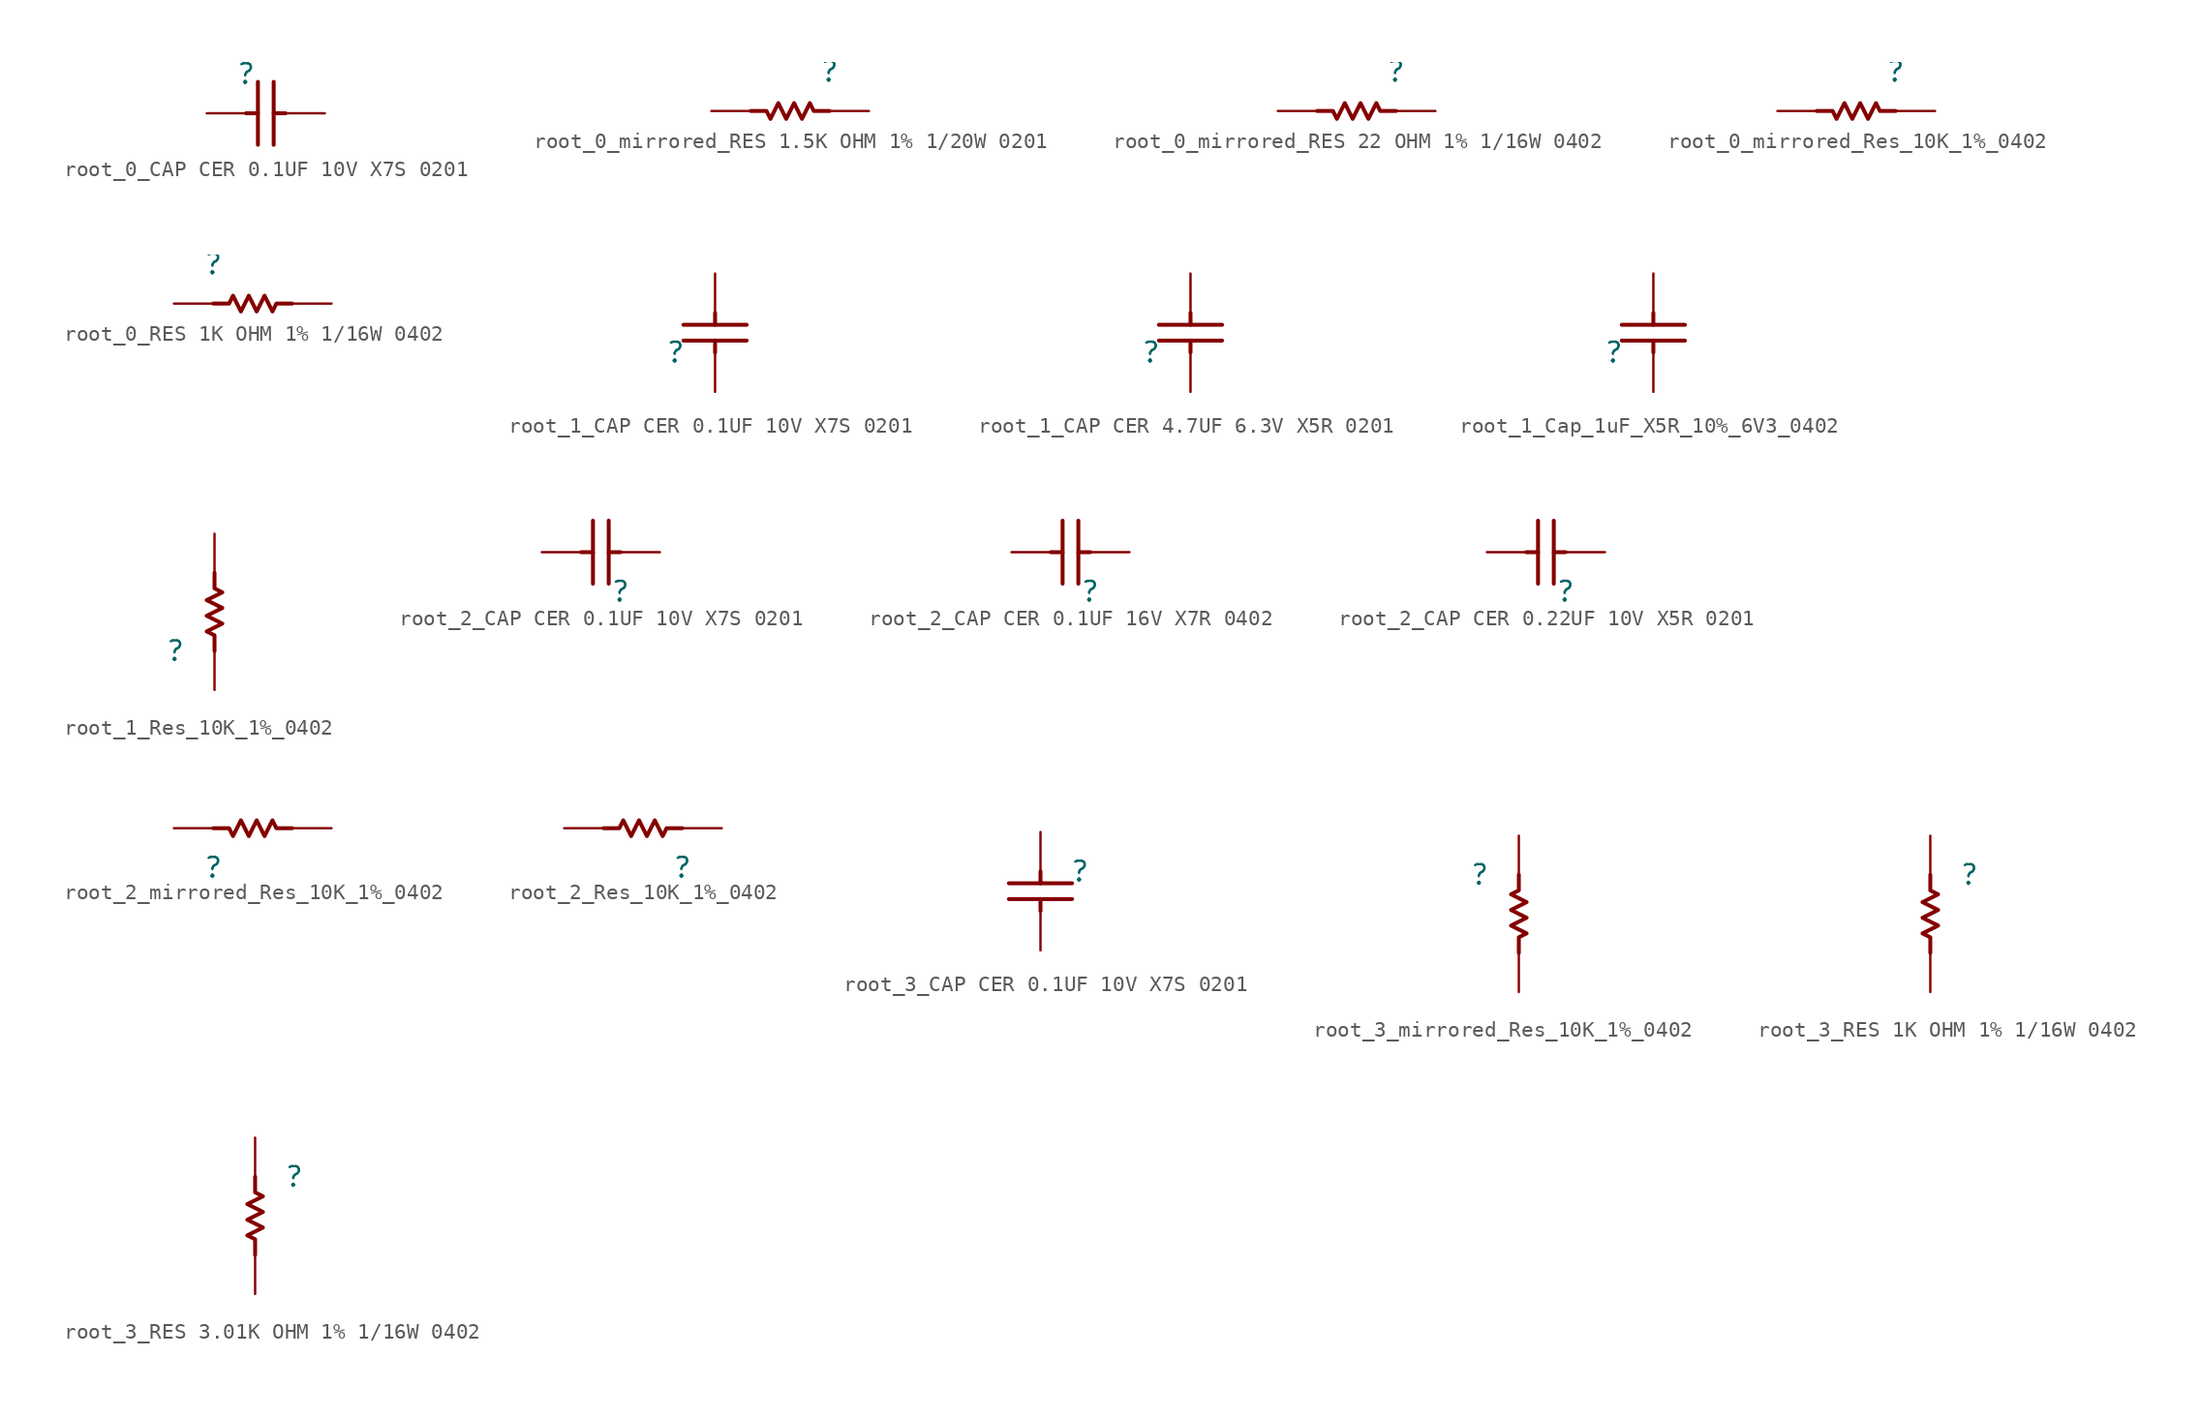
<source format=kicad_sym>
(kicad_symbol_lib
  (version 20231120)
  (generator "kicad_symbol_editor")
  (generator_version "8.0")
  (symbol "root_0_CAP CER 0.1UF 10V X7S 0201"
    (property "Reference" ""
      (at 0 0 0)
      (effects (font (size 1.27 1.27))))
    (property "Value" ""
      (at 0 0 0)
      (effects (font (size 1.27 1.27))))
    (symbol "root_0_CAP CER 0.1UF 10V X7S 0201_1_0"
      (polyline (pts (xy 0 -2.54) (xy 0.762 -2.54)) (stroke (width 0.254) (type solid)) (fill (type none)))
      (polyline (pts (xy 0.762 -4.572) (xy 0.762 -0.508)) (stroke (width 0.254) (type solid)) (fill (type none)))
      (polyline (pts (xy 1.778 -0.508) (xy 1.778 -4.572)) (stroke (width 0.254) (type solid)) (fill (type none)))
      (polyline (pts (xy 2.54 -2.54) (xy 1.778 -2.54)) (stroke (width 0.254) (type solid)) (fill (type none)))
      (pin passive line (at -2.54 -2.54 0) (length 2.54) (name "1" (effects (font (size 0 0)))) (number "1" (effects (font (size 0 0)))))
      (pin passive line (at 5.08 -2.54 180) (length 2.54) (name "2" (effects (font (size 0 0)))) (number "2" (effects (font (size 0 0)))))))
  (symbol "root_0_mirrored_RES 1.5K OHM 1% 1/20W 0201"
    (property "Reference" ""
      (at 0 0 0)
      (effects (font (size 1.27 1.27))))
    (property "Value" ""
      (at 0 0 0)
      (effects (font (size 1.27 1.27))))
    (symbol "root_0_mirrored_RES 1.5K OHM 1% 1/20W 0201_1_0"
      (polyline (pts (xy -5.08 -2.54) (xy -4.064 -2.54) (xy -3.81 -3.048) (xy -3.302 -2.032) (xy -2.794 -3.048) (xy -2.286 -2.032) (xy -1.778 -3.048) (xy -1.27 -2.032) (xy -1.016 -2.54) (xy 0 -2.54)) (stroke (width 0.254) (type solid)) (fill (type none)))
      (pin passive line (at 2.54 -2.54 180) (length 2.54) (name "1" (effects (font (size 0 0)))) (number "1" (effects (font (size 0 0)))))
      (pin passive line (at -7.62 -2.54 0) (length 2.54) (name "2" (effects (font (size 0 0)))) (number "2" (effects (font (size 0 0)))))))
  (symbol "root_0_mirrored_RES 22 OHM 1% 1/16W 0402"
    (property "Reference" ""
      (at 0 0 0)
      (effects (font (size 1.27 1.27))))
    (property "Value" ""
      (at 0 0 0)
      (effects (font (size 1.27 1.27))))
    (symbol "root_0_mirrored_RES 22 OHM 1% 1/16W 0402_1_0"
      (polyline (pts (xy -5.08 -2.54) (xy -4.064 -2.54) (xy -3.81 -3.048) (xy -3.302 -2.032) (xy -2.794 -3.048) (xy -2.286 -2.032) (xy -1.778 -3.048) (xy -1.27 -2.032) (xy -1.016 -2.54) (xy 0 -2.54)) (stroke (width 0.254) (type solid)) (fill (type none)))
      (pin passive line (at 2.54 -2.54 180) (length 2.54) (name "1" (effects (font (size 0 0)))) (number "1" (effects (font (size 0 0)))))
      (pin passive line (at -7.62 -2.54 0) (length 2.54) (name "2" (effects (font (size 0 0)))) (number "2" (effects (font (size 0 0)))))))
  (symbol "root_0_mirrored_Res_10K_1%_0402"
    (property "Reference" ""
      (at 0 0 0)
      (effects (font (size 1.27 1.27))))
    (property "Value" ""
      (at 0 0 0)
      (effects (font (size 1.27 1.27))))
    (symbol "root_0_mirrored_Res_10K_1%_0402_1_0"
      (polyline (pts (xy -5.08 -2.54) (xy -4.064 -2.54) (xy -3.81 -3.048) (xy -3.302 -2.032) (xy -2.794 -3.048) (xy -2.286 -2.032) (xy -1.778 -3.048) (xy -1.27 -2.032) (xy -1.016 -2.54) (xy 0 -2.54)) (stroke (width 0.254) (type solid)) (fill (type none)))
      (pin passive line (at 2.54 -2.54 180) (length 2.54) (name "1" (effects (font (size 0 0)))) (number "1" (effects (font (size 0 0)))))
      (pin passive line (at -7.62 -2.54 0) (length 2.54) (name "2" (effects (font (size 0 0)))) (number "2" (effects (font (size 0 0)))))))
  (symbol "root_0_RES 1K OHM 1% 1/16W 0402"
    (property "Reference" ""
      (at 0 0 0)
      (effects (font (size 1.27 1.27))))
    (property "Value" ""
      (at 0 0 0)
      (effects (font (size 1.27 1.27))))
    (symbol "root_0_RES 1K OHM 1% 1/16W 0402_1_0"
      (polyline (pts (xy 5.08 -2.54) (xy 4.064 -2.54) (xy 3.81 -3.048) (xy 3.302 -2.032) (xy 2.794 -3.048) (xy 2.286 -2.032) (xy 1.778 -3.048) (xy 1.27 -2.032) (xy 1.016 -2.54) (xy 0 -2.54)) (stroke (width 0.254) (type solid)) (fill (type none)))
      (pin passive line (at -2.54 -2.54 0) (length 2.54) (name "1" (effects (font (size 0 0)))) (number "1" (effects (font (size 0 0)))))
      (pin passive line (at 7.62 -2.54 180) (length 2.54) (name "2" (effects (font (size 0 0)))) (number "2" (effects (font (size 0 0)))))))
  (symbol "root_1_CAP CER 0.1UF 10V X7S 0201"
    (property "Reference" ""
      (at 0 0 0)
      (effects (font (size 1.27 1.27))))
    (property "Value" ""
      (at 0 0 0)
      (effects (font (size 1.27 1.27))))
    (symbol "root_1_CAP CER 0.1UF 10V X7S 0201_1_0"
      (polyline (pts (xy 0.508 1.778) (xy 4.572 1.778)) (stroke (width 0.254) (type solid)) (fill (type none)))
      (polyline (pts (xy 2.54 0) (xy 2.54 0.762)) (stroke (width 0.254) (type solid)) (fill (type none)))
      (polyline (pts (xy 2.54 2.54) (xy 2.54 1.778)) (stroke (width 0.254) (type solid)) (fill (type none)))
      (polyline (pts (xy 4.572 0.762) (xy 0.508 0.762)) (stroke (width 0.254) (type solid)) (fill (type none)))
      (pin passive line (at 2.54 -2.54 90) (length 2.54) (name "1" (effects (font (size 0 0)))) (number "1" (effects (font (size 0 0)))))
      (pin passive line (at 2.54 5.08 270) (length 2.54) (name "2" (effects (font (size 0 0)))) (number "2" (effects (font (size 0 0)))))))
  (symbol "root_1_CAP CER 4.7UF 6.3V X5R 0201"
    (property "Reference" ""
      (at 0 0 0)
      (effects (font (size 1.27 1.27))))
    (property "Value" ""
      (at 0 0 0)
      (effects (font (size 1.27 1.27))))
    (symbol "root_1_CAP CER 4.7UF 6.3V X5R 0201_1_0"
      (polyline (pts (xy 0.508 1.778) (xy 4.572 1.778)) (stroke (width 0.254) (type solid)) (fill (type none)))
      (polyline (pts (xy 2.54 0) (xy 2.54 0.762)) (stroke (width 0.254) (type solid)) (fill (type none)))
      (polyline (pts (xy 2.54 2.54) (xy 2.54 1.778)) (stroke (width 0.254) (type solid)) (fill (type none)))
      (polyline (pts (xy 4.572 0.762) (xy 0.508 0.762)) (stroke (width 0.254) (type solid)) (fill (type none)))
      (pin passive line (at 2.54 -2.54 90) (length 2.54) (name "1" (effects (font (size 0 0)))) (number "1" (effects (font (size 0 0)))))
      (pin passive line (at 2.54 5.08 270) (length 2.54) (name "2" (effects (font (size 0 0)))) (number "2" (effects (font (size 0 0)))))))
  (symbol "root_1_Cap_1uF_X5R_10%_6V3_0402"
    (property "Reference" ""
      (at 0 0 0)
      (effects (font (size 1.27 1.27))))
    (property "Value" ""
      (at 0 0 0)
      (effects (font (size 1.27 1.27))))
    (symbol "root_1_Cap_1uF_X5R_10%_6V3_0402_1_0"
      (polyline (pts (xy 0.508 1.778) (xy 4.572 1.778)) (stroke (width 0.254) (type solid)) (fill (type none)))
      (polyline (pts (xy 2.54 0) (xy 2.54 0.762)) (stroke (width 0.254) (type solid)) (fill (type none)))
      (polyline (pts (xy 2.54 2.54) (xy 2.54 1.778)) (stroke (width 0.254) (type solid)) (fill (type none)))
      (polyline (pts (xy 4.572 0.762) (xy 0.508 0.762)) (stroke (width 0.254) (type solid)) (fill (type none)))
      (pin passive line (at 2.54 -2.54 90) (length 2.54) (name "1" (effects (font (size 0 0)))) (number "1" (effects (font (size 0 0)))))
      (pin passive line (at 2.54 5.08 270) (length 2.54) (name "2" (effects (font (size 0 0)))) (number "2" (effects (font (size 0 0)))))))
  (symbol "root_1_Res_10K_1%_0402"
    (property "Reference" ""
      (at 0 0 0)
      (effects (font (size 1.27 1.27))))
    (property "Value" ""
      (at 0 0 0)
      (effects (font (size 1.27 1.27))))
    (symbol "root_1_Res_10K_1%_0402_1_0"
      (polyline (pts (xy 2.54 5.08) (xy 2.54 4.064) (xy 3.048 3.81) (xy 2.032 3.302) (xy 3.048 2.794) (xy 2.032 2.286) (xy 3.048 1.778) (xy 2.032 1.27) (xy 2.54 1.016) (xy 2.54 0)) (stroke (width 0.254) (type solid)) (fill (type none)))
      (pin passive line (at 2.54 -2.54 90) (length 2.54) (name "1" (effects (font (size 0 0)))) (number "1" (effects (font (size 0 0)))))
      (pin passive line (at 2.54 7.62 270) (length 2.54) (name "2" (effects (font (size 0 0)))) (number "2" (effects (font (size 0 0)))))))
  (symbol "root_2_CAP CER 0.1UF 10V X7S 0201"
    (property "Reference" ""
      (at 0 0 0)
      (effects (font (size 1.27 1.27))))
    (property "Value" ""
      (at 0 0 0)
      (effects (font (size 1.27 1.27))))
    (symbol "root_2_CAP CER 0.1UF 10V X7S 0201_1_0"
      (polyline (pts (xy -2.54 2.54) (xy -1.778 2.54)) (stroke (width 0.254) (type solid)) (fill (type none)))
      (polyline (pts (xy -1.778 0.508) (xy -1.778 4.572)) (stroke (width 0.254) (type solid)) (fill (type none)))
      (polyline (pts (xy -0.762 4.572) (xy -0.762 0.508)) (stroke (width 0.254) (type solid)) (fill (type none)))
      (polyline (pts (xy 0 2.54) (xy -0.762 2.54)) (stroke (width 0.254) (type solid)) (fill (type none)))
      (pin passive line (at 2.54 2.54 180) (length 2.54) (name "1" (effects (font (size 0 0)))) (number "1" (effects (font (size 0 0)))))
      (pin passive line (at -5.08 2.54 0) (length 2.54) (name "2" (effects (font (size 0 0)))) (number "2" (effects (font (size 0 0)))))))
  (symbol "root_2_CAP CER 0.1UF 16V X7R 0402"
    (property "Reference" ""
      (at 0 0 0)
      (effects (font (size 1.27 1.27))))
    (property "Value" ""
      (at 0 0 0)
      (effects (font (size 1.27 1.27))))
    (symbol "root_2_CAP CER 0.1UF 16V X7R 0402_1_0"
      (polyline (pts (xy -2.54 2.54) (xy -1.778 2.54)) (stroke (width 0.254) (type solid)) (fill (type none)))
      (polyline (pts (xy -1.778 0.508) (xy -1.778 4.572)) (stroke (width 0.254) (type solid)) (fill (type none)))
      (polyline (pts (xy -0.762 4.572) (xy -0.762 0.508)) (stroke (width 0.254) (type solid)) (fill (type none)))
      (polyline (pts (xy 0 2.54) (xy -0.762 2.54)) (stroke (width 0.254) (type solid)) (fill (type none)))
      (pin passive line (at 2.54 2.54 180) (length 2.54) (name "1" (effects (font (size 0 0)))) (number "1" (effects (font (size 0 0)))))
      (pin passive line (at -5.08 2.54 0) (length 2.54) (name "2" (effects (font (size 0 0)))) (number "2" (effects (font (size 0 0)))))))
  (symbol "root_2_CAP CER 0.22UF 10V X5R 0201"
    (property "Reference" ""
      (at 0 0 0)
      (effects (font (size 1.27 1.27))))
    (property "Value" ""
      (at 0 0 0)
      (effects (font (size 1.27 1.27))))
    (symbol "root_2_CAP CER 0.22UF 10V X5R 0201_1_0"
      (polyline (pts (xy -2.54 2.54) (xy -1.778 2.54)) (stroke (width 0.254) (type solid)) (fill (type none)))
      (polyline (pts (xy -1.778 0.508) (xy -1.778 4.572)) (stroke (width 0.254) (type solid)) (fill (type none)))
      (polyline (pts (xy -0.762 4.572) (xy -0.762 0.508)) (stroke (width 0.254) (type solid)) (fill (type none)))
      (polyline (pts (xy 0 2.54) (xy -0.762 2.54)) (stroke (width 0.254) (type solid)) (fill (type none)))
      (pin passive line (at 2.54 2.54 180) (length 2.54) (name "1" (effects (font (size 0 0)))) (number "1" (effects (font (size 0 0)))))
      (pin passive line (at -5.08 2.54 0) (length 2.54) (name "2" (effects (font (size 0 0)))) (number "2" (effects (font (size 0 0)))))))
  (symbol "root_2_mirrored_Res_10K_1%_0402"
    (property "Reference" ""
      (at 0 0 0)
      (effects (font (size 1.27 1.27))))
    (property "Value" ""
      (at 0 0 0)
      (effects (font (size 1.27 1.27))))
    (symbol "root_2_mirrored_Res_10K_1%_0402_1_0"
      (polyline (pts (xy 5.08 2.54) (xy 4.064 2.54) (xy 3.81 3.048) (xy 3.302 2.032) (xy 2.794 3.048) (xy 2.286 2.032) (xy 1.778 3.048) (xy 1.27 2.032) (xy 1.016 2.54) (xy 0 2.54)) (stroke (width 0.254) (type solid)) (fill (type none)))
      (pin passive line (at -2.54 2.54 0) (length 2.54) (name "1" (effects (font (size 0 0)))) (number "1" (effects (font (size 0 0)))))
      (pin passive line (at 7.62 2.54 180) (length 2.54) (name "2" (effects (font (size 0 0)))) (number "2" (effects (font (size 0 0)))))))
  (symbol "root_2_Res_10K_1%_0402"
    (property "Reference" ""
      (at 0 0 0)
      (effects (font (size 1.27 1.27))))
    (property "Value" ""
      (at 0 0 0)
      (effects (font (size 1.27 1.27))))
    (symbol "root_2_Res_10K_1%_0402_1_0"
      (polyline (pts (xy -5.08 2.54) (xy -4.064 2.54) (xy -3.81 3.048) (xy -3.302 2.032) (xy -2.794 3.048) (xy -2.286 2.032) (xy -1.778 3.048) (xy -1.27 2.032) (xy -1.016 2.54) (xy 0 2.54)) (stroke (width 0.254) (type solid)) (fill (type none)))
      (pin passive line (at 2.54 2.54 180) (length 2.54) (name "1" (effects (font (size 0 0)))) (number "1" (effects (font (size 0 0)))))
      (pin passive line (at -7.62 2.54 0) (length 2.54) (name "2" (effects (font (size 0 0)))) (number "2" (effects (font (size 0 0)))))))
  (symbol "root_3_CAP CER 0.1UF 10V X7S 0201"
    (property "Reference" ""
      (at 0 0 0)
      (effects (font (size 1.27 1.27))))
    (property "Value" ""
      (at 0 0 0)
      (effects (font (size 1.27 1.27))))
    (symbol "root_3_CAP CER 0.1UF 10V X7S 0201_1_0"
      (polyline (pts (xy -4.572 -0.762) (xy -0.508 -0.762)) (stroke (width 0.254) (type solid)) (fill (type none)))
      (polyline (pts (xy -2.54 -2.54) (xy -2.54 -1.778)) (stroke (width 0.254) (type solid)) (fill (type none)))
      (polyline (pts (xy -2.54 0) (xy -2.54 -0.762)) (stroke (width 0.254) (type solid)) (fill (type none)))
      (polyline (pts (xy -0.508 -1.778) (xy -4.572 -1.778)) (stroke (width 0.254) (type solid)) (fill (type none)))
      (pin passive line (at -2.54 2.54 270) (length 2.54) (name "1" (effects (font (size 0 0)))) (number "1" (effects (font (size 0 0)))))
      (pin passive line (at -2.54 -5.08 90) (length 2.54) (name "2" (effects (font (size 0 0)))) (number "2" (effects (font (size 0 0)))))))
  (symbol "root_3_mirrored_Res_10K_1%_0402"
    (property "Reference" ""
      (at 0 0 0)
      (effects (font (size 1.27 1.27))))
    (property "Value" ""
      (at 0 0 0)
      (effects (font (size 1.27 1.27))))
    (symbol "root_3_mirrored_Res_10K_1%_0402_1_0"
      (polyline (pts (xy 2.54 -5.08) (xy 2.54 -4.064) (xy 3.048 -3.81) (xy 2.032 -3.302) (xy 3.048 -2.794) (xy 2.032 -2.286) (xy 3.048 -1.778) (xy 2.032 -1.27) (xy 2.54 -1.016) (xy 2.54 0)) (stroke (width 0.254) (type solid)) (fill (type none)))
      (pin passive line (at 2.54 2.54 270) (length 2.54) (name "1" (effects (font (size 0 0)))) (number "1" (effects (font (size 0 0)))))
      (pin passive line (at 2.54 -7.62 90) (length 2.54) (name "2" (effects (font (size 0 0)))) (number "2" (effects (font (size 0 0)))))))
  (symbol "root_3_RES 1K OHM 1% 1/16W 0402"
    (property "Reference" ""
      (at 0 0 0)
      (effects (font (size 1.27 1.27))))
    (property "Value" ""
      (at 0 0 0)
      (effects (font (size 1.27 1.27))))
    (symbol "root_3_RES 1K OHM 1% 1/16W 0402_1_0"
      (polyline (pts (xy -2.54 -5.08) (xy -2.54 -4.064) (xy -3.048 -3.81) (xy -2.032 -3.302) (xy -3.048 -2.794) (xy -2.032 -2.286) (xy -3.048 -1.778) (xy -2.032 -1.27) (xy -2.54 -1.016) (xy -2.54 0)) (stroke (width 0.254) (type solid)) (fill (type none)))
      (pin passive line (at -2.54 2.54 270) (length 2.54) (name "1" (effects (font (size 0 0)))) (number "1" (effects (font (size 0 0)))))
      (pin passive line (at -2.54 -7.62 90) (length 2.54) (name "2" (effects (font (size 0 0)))) (number "2" (effects (font (size 0 0)))))))
  (symbol "root_3_RES 3.01K OHM 1% 1/16W 0402"
    (property "Reference" ""
      (at 0 0 0)
      (effects (font (size 1.27 1.27))))
    (property "Value" ""
      (at 0 0 0)
      (effects (font (size 1.27 1.27))))
    (symbol "root_3_RES 3.01K OHM 1% 1/16W 0402_1_0"
      (polyline (pts (xy -2.54 -5.08) (xy -2.54 -4.064) (xy -3.048 -3.81) (xy -2.032 -3.302) (xy -3.048 -2.794) (xy -2.032 -2.286) (xy -3.048 -1.778) (xy -2.032 -1.27) (xy -2.54 -1.016) (xy -2.54 0)) (stroke (width 0.254) (type solid)) (fill (type none)))
      (pin passive line (at -2.54 2.54 270) (length 2.54) (name "1" (effects (font (size 0 0)))) (number "1" (effects (font (size 0 0)))))
      (pin passive line (at -2.54 -7.62 90) (length 2.54) (name "2" (effects (font (size 0 0)))) (number "2" (effects (font (size 0 0))))))))
</source>
